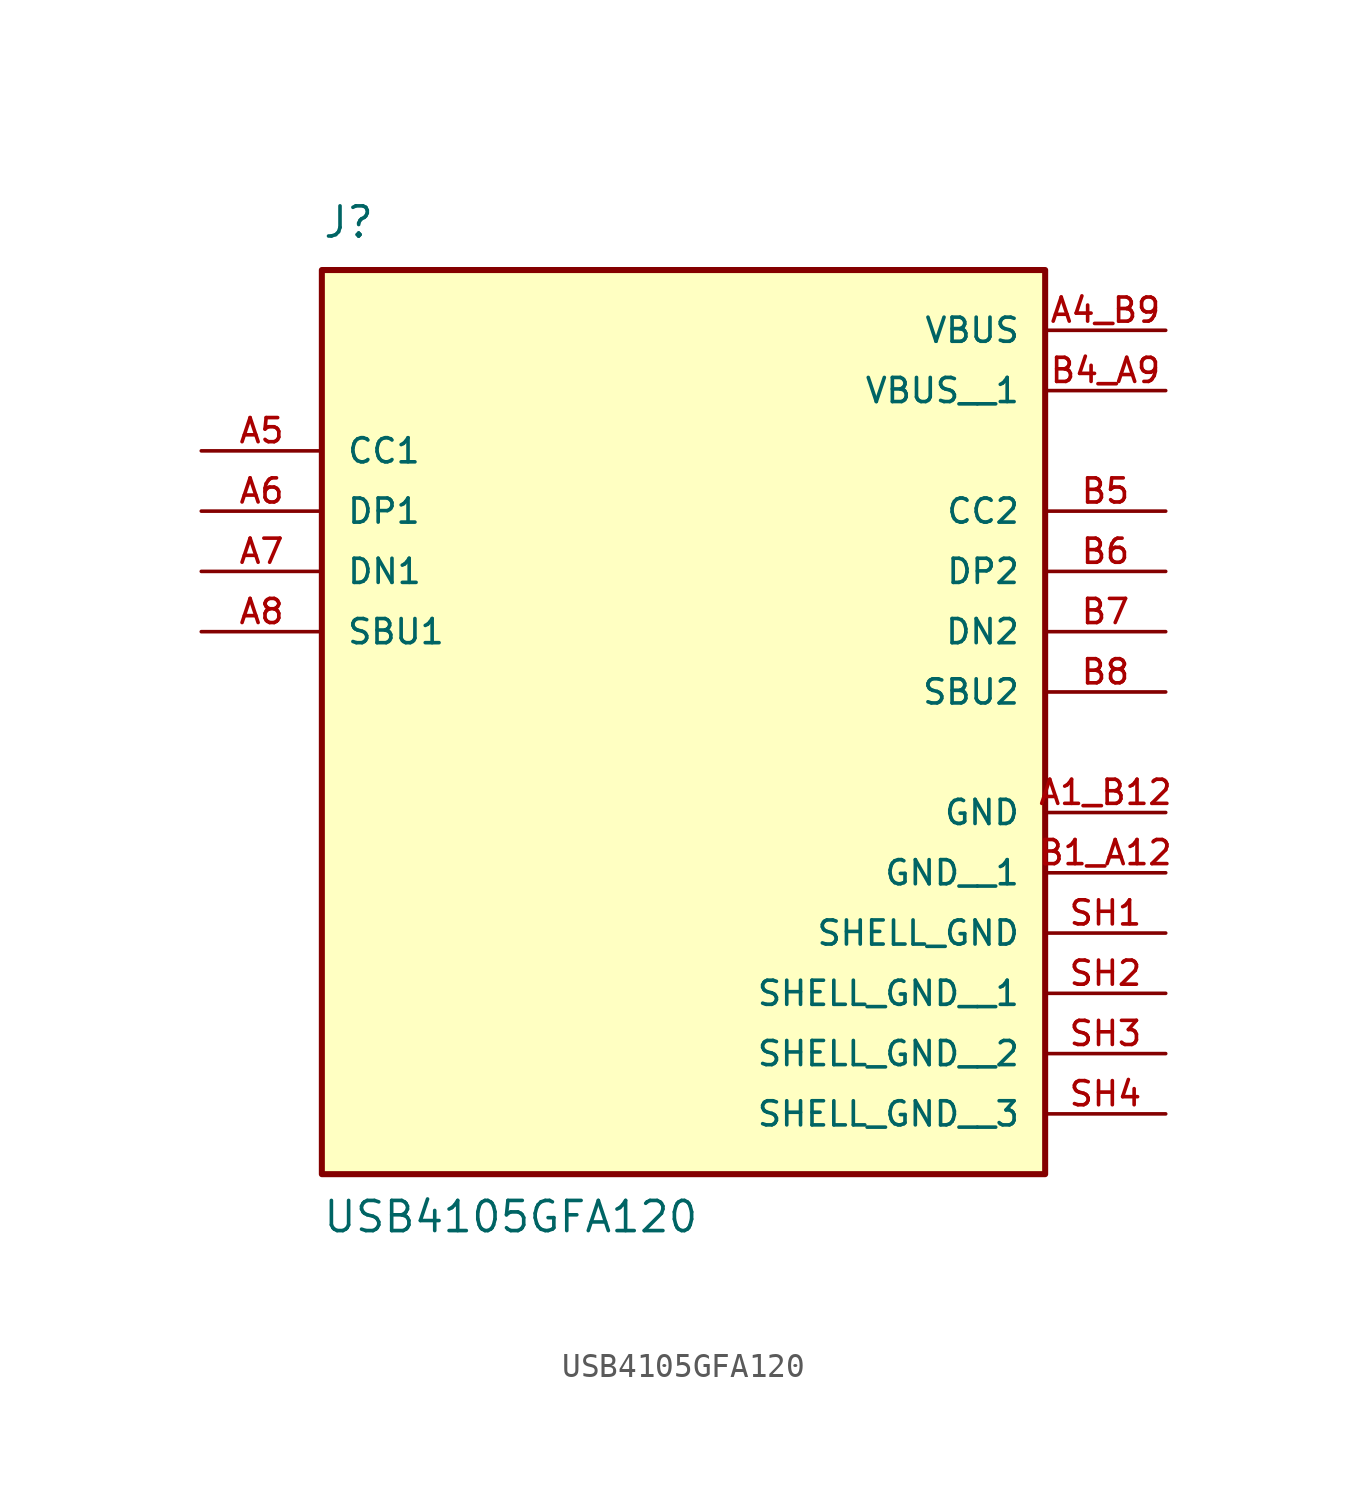
<source format=kicad_sym>
(kicad_symbol_lib
  (version 20211014)
  (generator kicad_symbol_editor)
  (symbol "USB4105GFA120"
    (pin_names
      (offset 1.016))
    (property "Reference" "J"
      (at -15.24 13.97 0)
      (effects (font (size 1.27 1.27)) (justify bottom left)))
    (property "Value" "USB4105GFA120"
      (at -15.24 -27.94 0)
      (effects (font (size 1.27 1.27)) (justify bottom left)))
    (symbol "USB4105GFA120_0_0"
      (rectangle (start -15.24 -25.4) (end 15.24 12.7) (stroke (width 0.254)) (fill (type background)))
      (pin bidirectional line (at -20.32 5.08 0) (length 5.08) (name "CC1" (effects (font (size 1.016 1.016)))) (number "A5" (effects (font (size 1.016 1.016)))))
      (pin bidirectional line (at -20.32 2.54 0) (length 5.08) (name "DP1" (effects (font (size 1.016 1.016)))) (number "A6" (effects (font (size 1.016 1.016)))))
      (pin bidirectional line (at -20.32 0.0 0) (length 5.08) (name "DN1" (effects (font (size 1.016 1.016)))) (number "A7" (effects (font (size 1.016 1.016)))))
      (pin bidirectional line (at -20.32 -2.54 0) (length 5.08) (name "SBU1" (effects (font (size 1.016 1.016)))) (number "A8" (effects (font (size 1.016 1.016)))))
      (pin power_in line (at 20.32 10.16 180.0) (length 5.08) (name "VBUS" (effects (font (size 1.016 1.016)))) (number "A4_B9" (effects (font (size 1.016 1.016)))))
      (pin bidirectional line (at 20.32 2.54 180.0) (length 5.08) (name "CC2" (effects (font (size 1.016 1.016)))) (number "B5" (effects (font (size 1.016 1.016)))))
      (pin bidirectional line (at 20.32 0.0 180.0) (length 5.08) (name "DP2" (effects (font (size 1.016 1.016)))) (number "B6" (effects (font (size 1.016 1.016)))))
      (pin bidirectional line (at 20.32 -2.54 180.0) (length 5.08) (name "DN2" (effects (font (size 1.016 1.016)))) (number "B7" (effects (font (size 1.016 1.016)))))
      (pin bidirectional line (at 20.32 -5.08 180.0) (length 5.08) (name "SBU2" (effects (font (size 1.016 1.016)))) (number "B8" (effects (font (size 1.016 1.016)))))
      (pin power_in line (at 20.32 -10.16 180.0) (length 5.08) (name "GND" (effects (font (size 1.016 1.016)))) (number "A1_B12" (effects (font (size 1.016 1.016)))))
      (pin power_in line (at 20.32 -15.24 180.0) (length 5.08) (name "SHELL_GND" (effects (font (size 1.016 1.016)))) (number "SH1" (effects (font (size 1.016 1.016)))))
      (pin power_in line (at 20.32 7.62 180.0) (length 5.08) (name "VBUS__1" (effects (font (size 1.016 1.016)))) (number "B4_A9" (effects (font (size 1.016 1.016)))))
      (pin power_in line (at 20.32 -12.7 180.0) (length 5.08) (name "GND__1" (effects (font (size 1.016 1.016)))) (number "B1_A12" (effects (font (size 1.016 1.016)))))
      (pin power_in line (at 20.32 -17.78 180.0) (length 5.08) (name "SHELL_GND__1" (effects (font (size 1.016 1.016)))) (number "SH2" (effects (font (size 1.016 1.016)))))
      (pin power_in line (at 20.32 -20.32 180.0) (length 5.08) (name "SHELL_GND__2" (effects (font (size 1.016 1.016)))) (number "SH3" (effects (font (size 1.016 1.016)))))
      (pin power_in line (at 20.32 -22.86 180.0) (length 5.08) (name "SHELL_GND__3" (effects (font (size 1.016 1.016)))) (number "SH4" (effects (font (size 1.016 1.016))))))))
</source>
